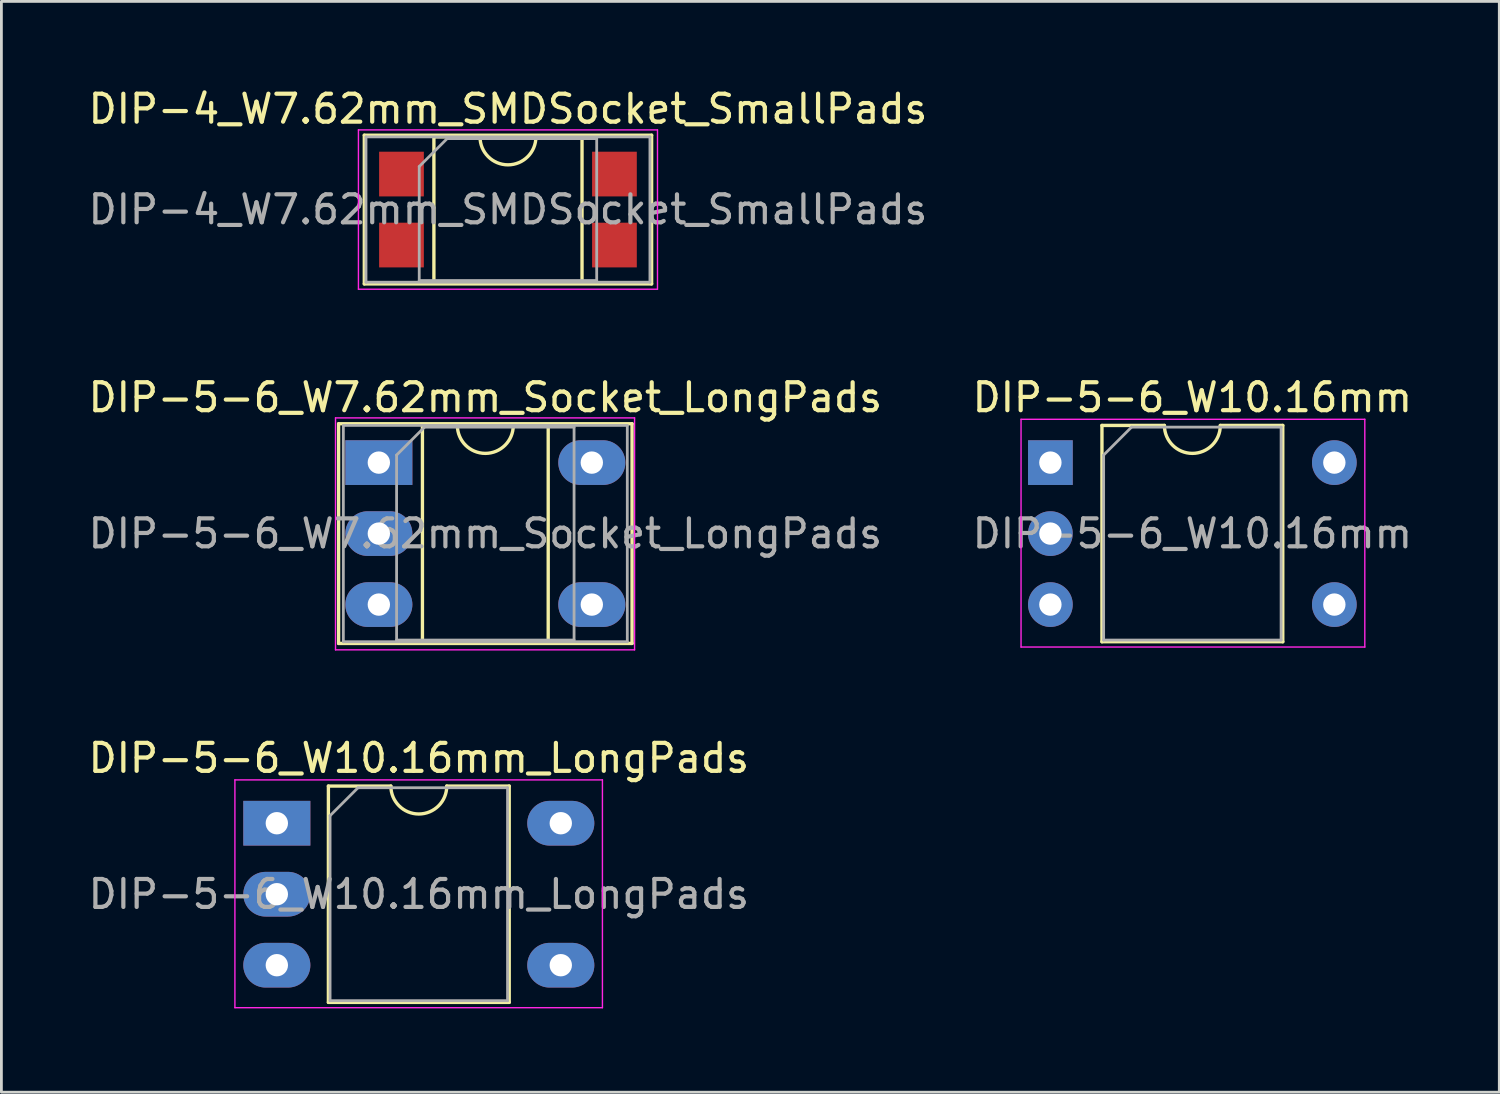
<source format=kicad_pcb>
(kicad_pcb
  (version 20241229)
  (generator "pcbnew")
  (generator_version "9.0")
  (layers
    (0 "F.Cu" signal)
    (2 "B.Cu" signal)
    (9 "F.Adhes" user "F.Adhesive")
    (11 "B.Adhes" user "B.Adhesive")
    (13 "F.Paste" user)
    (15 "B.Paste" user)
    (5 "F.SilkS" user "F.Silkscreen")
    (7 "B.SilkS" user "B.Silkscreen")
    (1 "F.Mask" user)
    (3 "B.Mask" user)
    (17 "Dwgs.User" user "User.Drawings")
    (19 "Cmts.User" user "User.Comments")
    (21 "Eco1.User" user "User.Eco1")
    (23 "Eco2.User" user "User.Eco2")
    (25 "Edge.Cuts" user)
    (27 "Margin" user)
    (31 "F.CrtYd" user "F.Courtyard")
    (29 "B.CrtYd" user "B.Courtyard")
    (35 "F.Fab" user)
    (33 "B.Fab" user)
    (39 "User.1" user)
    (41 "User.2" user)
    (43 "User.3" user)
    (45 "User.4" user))
  (footprint "DIP-5-6_W7.62mm_Socket_LongPads"
    (layer "F.Cu")
    (at 10.505 13.502)
    (property "Reference" "DIP-5-6_W7.62mm_Socket_LongPads" (at 3.81 -2.33 0) (layer "F.SilkS") (effects (font (size 1 1) (thickness 0.15))))
    (attr through_hole)
    (fp_line (start -1.44 -1.39) (end -1.44 6.47) (stroke (width 0.12) (type solid)) (layer "F.SilkS"))
    (fp_line (start -1.44 6.47) (end 9.06 6.47) (stroke (width 0.12) (type solid)) (layer "F.SilkS"))
    (fp_line (start 1.56 -1.33) (end 1.56 6.41) (stroke (width 0.12) (type solid)) (layer "F.SilkS"))
    (fp_line (start 1.56 6.41) (end 6.06 6.41) (stroke (width 0.12) (type solid)) (layer "F.SilkS"))
    (fp_line (start 2.81 -1.33) (end 1.56 -1.33) (stroke (width 0.12) (type solid)) (layer "F.SilkS"))
    (fp_line (start 6.06 -1.33) (end 4.81 -1.33) (stroke (width 0.12) (type solid)) (layer "F.SilkS"))
    (fp_line (start 6.06 6.41) (end 6.06 -1.33) (stroke (width 0.12) (type solid)) (layer "F.SilkS"))
    (fp_line (start 9.06 -1.39) (end -1.44 -1.39) (stroke (width 0.12) (type solid)) (layer "F.SilkS"))
    (fp_line (start 9.06 6.47) (end 9.06 -1.39) (stroke (width 0.12) (type solid)) (layer "F.SilkS"))
    (fp_arc (start 4.81 -1.33) (mid 3.81 -0.33) (end 2.81 -1.33) (stroke (width 0.12) (type solid)) (layer "F.SilkS"))
    (fp_line (start -1.55 -1.6) (end -1.55 6.7) (stroke (width 0.05) (type solid)) (layer "F.CrtYd"))
    (fp_line (start -1.55 6.7) (end 9.15 6.7) (stroke (width 0.05) (type solid)) (layer "F.CrtYd"))
    (fp_line (start 9.15 -1.6) (end -1.55 -1.6) (stroke (width 0.05) (type solid)) (layer "F.CrtYd"))
    (fp_line (start 9.15 6.7) (end 9.15 -1.6) (stroke (width 0.05) (type solid)) (layer "F.CrtYd"))
    (fp_line (start -1.27 -1.33) (end -1.27 6.41) (stroke (width 0.1) (type solid)) (layer "F.Fab"))
    (fp_line (start -1.27 6.41) (end 8.89 6.41) (stroke (width 0.1) (type solid)) (layer "F.Fab"))
    (fp_line (start 0.635 -0.27) (end 1.635 -1.27) (stroke (width 0.1) (type solid)) (layer "F.Fab"))
    (fp_line (start 0.635 6.35) (end 0.635 -0.27) (stroke (width 0.1) (type solid)) (layer "F.Fab"))
    (fp_line (start 1.635 -1.27) (end 6.985 -1.27) (stroke (width 0.1) (type solid)) (layer "F.Fab"))
    (fp_line (start 6.985 -1.27) (end 6.985 6.35) (stroke (width 0.1) (type solid)) (layer "F.Fab"))
    (fp_line (start 6.985 6.35) (end 0.635 6.35) (stroke (width 0.1) (type solid)) (layer "F.Fab"))
    (fp_line (start 8.89 -1.33) (end -1.27 -1.33) (stroke (width 0.1) (type solid)) (layer "F.Fab"))
    (fp_line (start 8.89 6.41) (end 8.89 -1.33) (stroke (width 0.1) (type solid)) (layer "F.Fab"))
    (fp_text user "${REFERENCE}" (at 3.81 2.54 0) (layer "F.Fab") (effects (font (size 1 1) (thickness 0.15))))
    (pad "1" thru_hole rect (at 0 0) (size 2.4 1.6) (drill 0.8) (layers "*.Cu" "*.Mask"))
    (pad "2" thru_hole oval (at 0 2.54) (size 2.4 1.6) (drill 0.8) (layers "*.Cu" "*.Mask"))
    (pad "3" thru_hole oval (at 0 5.08) (size 2.4 1.6) (drill 0.8) (layers "*.Cu" "*.Mask"))
    (pad "4" thru_hole oval (at 7.62 5.08) (size 2.4 1.6) (drill 0.8) (layers "*.Cu" "*.Mask"))
    (pad "6" thru_hole oval (at 7.62 0) (size 2.4 1.6) (drill 0.8) (layers "*.Cu" "*.Mask")))
  (footprint "DIP-5-6_W10.16mm"
    (layer "F.Cu")
    (at 34.533 13.502)
    (property "Reference" "DIP-5-6_W10.16mm" (at 5.08 -2.33 0) (layer "F.SilkS") (effects (font (size 1 1) (thickness 0.15))))
    (attr through_hole)
    (fp_line (start 1.845 -1.33) (end 1.845 6.41) (stroke (width 0.12) (type solid)) (layer "F.SilkS"))
    (fp_line (start 1.845 6.41) (end 8.315 6.41) (stroke (width 0.12) (type solid)) (layer "F.SilkS"))
    (fp_line (start 4.08 -1.33) (end 1.845 -1.33) (stroke (width 0.12) (type solid)) (layer "F.SilkS"))
    (fp_line (start 8.315 -1.33) (end 6.08 -1.33) (stroke (width 0.12) (type solid)) (layer "F.SilkS"))
    (fp_line (start 8.315 6.41) (end 8.315 -1.33) (stroke (width 0.12) (type solid)) (layer "F.SilkS"))
    (fp_arc (start 6.08 -1.33) (mid 5.08 -0.33) (end 4.08 -1.33) (stroke (width 0.12) (type solid)) (layer "F.SilkS"))
    (fp_line (start -1.05 -1.55) (end -1.05 6.6) (stroke (width 0.05) (type solid)) (layer "F.CrtYd"))
    (fp_line (start -1.05 6.6) (end 11.25 6.6) (stroke (width 0.05) (type solid)) (layer "F.CrtYd"))
    (fp_line (start 11.25 -1.55) (end -1.05 -1.55) (stroke (width 0.05) (type solid)) (layer "F.CrtYd"))
    (fp_line (start 11.25 6.6) (end 11.25 -1.55) (stroke (width 0.05) (type solid)) (layer "F.CrtYd"))
    (fp_line (start 1.905 -0.27) (end 2.905 -1.27) (stroke (width 0.1) (type solid)) (layer "F.Fab"))
    (fp_line (start 1.905 6.35) (end 1.905 -0.27) (stroke (width 0.1) (type solid)) (layer "F.Fab"))
    (fp_line (start 2.905 -1.27) (end 8.255 -1.27) (stroke (width 0.1) (type solid)) (layer "F.Fab"))
    (fp_line (start 8.255 -1.27) (end 8.255 6.35) (stroke (width 0.1) (type solid)) (layer "F.Fab"))
    (fp_line (start 8.255 6.35) (end 1.905 6.35) (stroke (width 0.1) (type solid)) (layer "F.Fab"))
    (fp_text user "${REFERENCE}" (at 5.08 2.54 0) (layer "F.Fab") (effects (font (size 1 1) (thickness 0.15))))
    (pad "1" thru_hole rect (at 0 0) (size 1.6 1.6) (drill 0.8) (layers "*.Cu" "*.Mask"))
    (pad "2" thru_hole oval (at 0 2.54) (size 1.6 1.6) (drill 0.8) (layers "*.Cu" "*.Mask"))
    (pad "3" thru_hole oval (at 0 5.08) (size 1.6 1.6) (drill 0.8) (layers "*.Cu" "*.Mask"))
    (pad "4" thru_hole oval (at 10.16 5.08) (size 1.6 1.6) (drill 0.8) (layers "*.Cu" "*.Mask"))
    (pad "6" thru_hole oval (at 10.16 0) (size 1.6 1.6) (drill 0.8) (layers "*.Cu" "*.Mask")))
  (footprint "DIP-5-6_W10.16mm_LongPads"
    (layer "F.Cu")
    (at 6.855 26.405)
    (property "Reference" "DIP-5-6_W10.16mm_LongPads" (at 5.08 -2.33 0) (layer "F.SilkS") (effects (font (size 1 1) (thickness 0.15))))
    (attr through_hole)
    (fp_line (start 1.845 -1.33) (end 1.845 6.41) (stroke (width 0.12) (type solid)) (layer "F.SilkS"))
    (fp_line (start 1.845 6.41) (end 8.315 6.41) (stroke (width 0.12) (type solid)) (layer "F.SilkS"))
    (fp_line (start 4.08 -1.33) (end 1.845 -1.33) (stroke (width 0.12) (type solid)) (layer "F.SilkS"))
    (fp_line (start 8.315 -1.33) (end 6.08 -1.33) (stroke (width 0.12) (type solid)) (layer "F.SilkS"))
    (fp_line (start 8.315 6.41) (end 8.315 -1.33) (stroke (width 0.12) (type solid)) (layer "F.SilkS"))
    (fp_arc (start 6.08 -1.33) (mid 5.08 -0.33) (end 4.08 -1.33) (stroke (width 0.12) (type solid)) (layer "F.SilkS"))
    (fp_line (start -1.5 -1.55) (end -1.5 6.6) (stroke (width 0.05) (type solid)) (layer "F.CrtYd"))
    (fp_line (start -1.5 6.6) (end 11.65 6.6) (stroke (width 0.05) (type solid)) (layer "F.CrtYd"))
    (fp_line (start 11.65 -1.55) (end -1.5 -1.55) (stroke (width 0.05) (type solid)) (layer "F.CrtYd"))
    (fp_line (start 11.65 6.6) (end 11.65 -1.55) (stroke (width 0.05) (type solid)) (layer "F.CrtYd"))
    (fp_line (start 1.905 -0.27) (end 2.905 -1.27) (stroke (width 0.1) (type solid)) (layer "F.Fab"))
    (fp_line (start 1.905 6.35) (end 1.905 -0.27) (stroke (width 0.1) (type solid)) (layer "F.Fab"))
    (fp_line (start 2.905 -1.27) (end 8.255 -1.27) (stroke (width 0.1) (type solid)) (layer "F.Fab"))
    (fp_line (start 8.255 -1.27) (end 8.255 6.35) (stroke (width 0.1) (type solid)) (layer "F.Fab"))
    (fp_line (start 8.255 6.35) (end 1.905 6.35) (stroke (width 0.1) (type solid)) (layer "F.Fab"))
    (fp_text user "${REFERENCE}" (at 5.08 2.54 0) (layer "F.Fab") (effects (font (size 1 1) (thickness 0.15))))
    (pad "1" thru_hole rect (at 0 0) (size 2.4 1.6) (drill 0.8) (layers "*.Cu" "*.Mask"))
    (pad "2" thru_hole oval (at 0 2.54) (size 2.4 1.6) (drill 0.8) (layers "*.Cu" "*.Mask"))
    (pad "3" thru_hole oval (at 0 5.08) (size 2.4 1.6) (drill 0.8) (layers "*.Cu" "*.Mask"))
    (pad "4" thru_hole oval (at 10.16 5.08) (size 2.4 1.6) (drill 0.8) (layers "*.Cu" "*.Mask"))
    (pad "6" thru_hole oval (at 10.16 0) (size 2.4 1.6) (drill 0.8) (layers "*.Cu" "*.Mask")))
  (footprint "DIP-4_W7.62mm_SMDSocket_SmallPads"
    (layer "F.Cu")
    (at 15.125 4.448)
    (property "Reference" "DIP-4_W7.62mm_SMDSocket_SmallPads" (at 0 -3.6 0) (layer "F.SilkS") (effects (font (size 1 1) (thickness 0.15))))
    (attr smd)
    (fp_line (start -5.14 -2.66) (end -5.14 2.66) (stroke (width 0.12) (type solid)) (layer "F.SilkS"))
    (fp_line (start -5.14 2.66) (end 5.14 2.66) (stroke (width 0.12) (type solid)) (layer "F.SilkS"))
    (fp_line (start -2.65 -2.6) (end -2.65 2.6) (stroke (width 0.12) (type solid)) (layer "F.SilkS"))
    (fp_line (start -2.65 2.6) (end 2.65 2.6) (stroke (width 0.12) (type solid)) (layer "F.SilkS"))
    (fp_line (start -1 -2.6) (end -2.65 -2.6) (stroke (width 0.12) (type solid)) (layer "F.SilkS"))
    (fp_line (start 2.65 -2.6) (end 1 -2.6) (stroke (width 0.12) (type solid)) (layer "F.SilkS"))
    (fp_line (start 2.65 2.6) (end 2.65 -2.6) (stroke (width 0.12) (type solid)) (layer "F.SilkS"))
    (fp_line (start 5.14 -2.66) (end -5.14 -2.66) (stroke (width 0.12) (type solid)) (layer "F.SilkS"))
    (fp_line (start 5.14 2.66) (end 5.14 -2.66) (stroke (width 0.12) (type solid)) (layer "F.SilkS"))
    (fp_arc (start 1 -2.6) (mid 0 -1.6) (end -1 -2.6) (stroke (width 0.12) (type solid)) (layer "F.SilkS"))
    (fp_line (start -5.35 -2.85) (end -5.35 2.85) (stroke (width 0.05) (type solid)) (layer "F.CrtYd"))
    (fp_line (start -5.35 2.85) (end 5.35 2.85) (stroke (width 0.05) (type solid)) (layer "F.CrtYd"))
    (fp_line (start 5.35 -2.85) (end -5.35 -2.85) (stroke (width 0.05) (type solid)) (layer "F.CrtYd"))
    (fp_line (start 5.35 2.85) (end 5.35 -2.85) (stroke (width 0.05) (type solid)) (layer "F.CrtYd"))
    (fp_line (start -5.08 -2.6) (end -5.08 2.6) (stroke (width 0.1) (type solid)) (layer "F.Fab"))
    (fp_line (start -5.08 2.6) (end 5.08 2.6) (stroke (width 0.1) (type solid)) (layer "F.Fab"))
    (fp_line (start -3.175 -1.54) (end -2.175 -2.54) (stroke (width 0.1) (type solid)) (layer "F.Fab"))
    (fp_line (start -3.175 2.54) (end -3.175 -1.54) (stroke (width 0.1) (type solid)) (layer "F.Fab"))
    (fp_line (start -2.175 -2.54) (end 3.175 -2.54) (stroke (width 0.1) (type solid)) (layer "F.Fab"))
    (fp_line (start 3.175 -2.54) (end 3.175 2.54) (stroke (width 0.1) (type solid)) (layer "F.Fab"))
    (fp_line (start 3.175 2.54) (end -3.175 2.54) (stroke (width 0.1) (type solid)) (layer "F.Fab"))
    (fp_line (start 5.08 -2.6) (end -5.08 -2.6) (stroke (width 0.1) (type solid)) (layer "F.Fab"))
    (fp_line (start 5.08 2.6) (end 5.08 -2.6) (stroke (width 0.1) (type solid)) (layer "F.Fab"))
    (fp_text user "${REFERENCE}" (at 0 0 0) (layer "F.Fab") (effects (font (size 1 1) (thickness 0.15))))
    (pad "1" smd rect (at -3.81 -1.27) (size 1.6 1.6) (layers "F.Cu" "F.Mask" "F.Paste"))
    (pad "2" smd rect (at -3.81 1.27) (size 1.6 1.6) (layers "F.Cu" "F.Mask" "F.Paste"))
    (pad "3" smd rect (at 3.81 1.27) (size 1.6 1.6) (layers "F.Cu" "F.Mask" "F.Paste"))
    (pad "4" smd rect (at 3.81 -1.27) (size 1.6 1.6) (layers "F.Cu" "F.Mask" "F.Paste")))
  (gr_rect
    (start -3 -3)
    (end 50.595 36.03)
    (stroke (width 0.1) (type default))
    (fill no)
    (layer "Edge.Cuts")))
</source>
